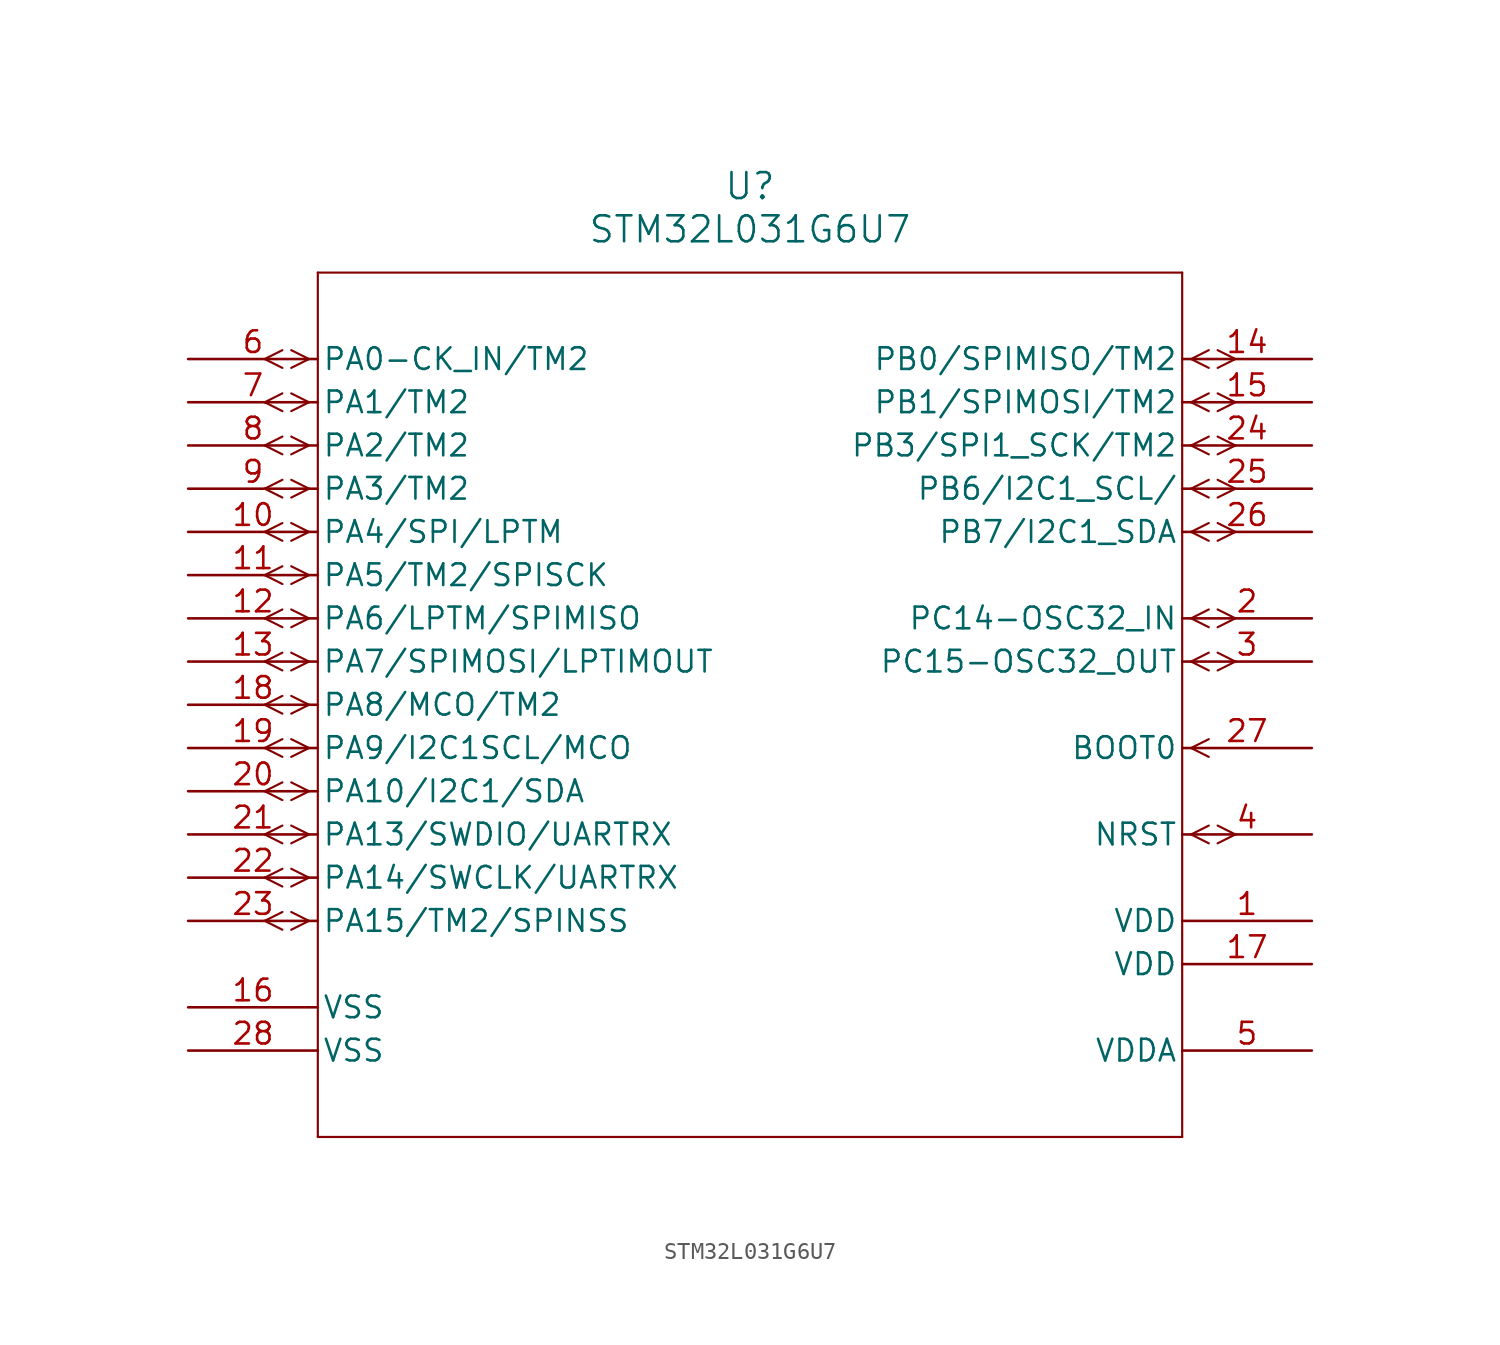
<source format=kicad_sym>
(kicad_symbol_lib
  (version 20241209)
  (generator "kicad_symbol_editor")
  (generator_version "9.0")
  (symbol "STM32L031G6U7"
    (pin_names
      (offset 0.254))
    (property "Reference" "U"
      (at 33.02 10.16 0)
      (effects (font (size 1.524 1.524))))
    (property "Value" "STM32L031G6U7"
      (at 33.02 7.62 0)
      (effects (font (size 1.524 1.524))))
    (symbol "STM32L031G6U7_0_1"
      (polyline (pts (xy 5.537 0.521) (xy 4.496 0)) (stroke (width 0.127) (type default)) (fill (type none)))
      (polyline (pts (xy 5.537 -0.521) (xy 4.496 0)) (stroke (width 0.127) (type default)) (fill (type none)))
      (polyline (pts (xy 5.537 -2.019) (xy 4.496 -2.54)) (stroke (width 0.127) (type default)) (fill (type none)))
      (polyline (pts (xy 5.537 -3.061) (xy 4.496 -2.54)) (stroke (width 0.127) (type default)) (fill (type none)))
      (polyline (pts (xy 5.537 -4.559) (xy 4.496 -5.08)) (stroke (width 0.127) (type default)) (fill (type none)))
      (polyline (pts (xy 5.537 -5.601) (xy 4.496 -5.08)) (stroke (width 0.127) (type default)) (fill (type none)))
      (polyline (pts (xy 5.537 -7.099) (xy 4.496 -7.62)) (stroke (width 0.127) (type default)) (fill (type none)))
      (polyline (pts (xy 5.537 -8.141) (xy 4.496 -7.62)) (stroke (width 0.127) (type default)) (fill (type none)))
      (polyline (pts (xy 5.537 -9.639) (xy 4.496 -10.16)) (stroke (width 0.127) (type default)) (fill (type none)))
      (polyline (pts (xy 5.537 -10.681) (xy 4.496 -10.16)) (stroke (width 0.127) (type default)) (fill (type none)))
      (polyline (pts (xy 5.537 -12.179) (xy 4.496 -12.7)) (stroke (width 0.127) (type default)) (fill (type none)))
      (polyline (pts (xy 5.537 -13.221) (xy 4.496 -12.7)) (stroke (width 0.127) (type default)) (fill (type none)))
      (polyline (pts (xy 5.537 -14.719) (xy 4.496 -15.24)) (stroke (width 0.127) (type default)) (fill (type none)))
      (polyline (pts (xy 5.537 -15.761) (xy 4.496 -15.24)) (stroke (width 0.127) (type default)) (fill (type none)))
      (polyline (pts (xy 5.537 -17.259) (xy 4.496 -17.78)) (stroke (width 0.127) (type default)) (fill (type none)))
      (polyline (pts (xy 5.537 -18.301) (xy 4.496 -17.78)) (stroke (width 0.127) (type default)) (fill (type none)))
      (polyline (pts (xy 5.537 -19.799) (xy 4.496 -20.32)) (stroke (width 0.127) (type default)) (fill (type none)))
      (polyline (pts (xy 5.537 -20.841) (xy 4.496 -20.32)) (stroke (width 0.127) (type default)) (fill (type none)))
      (polyline (pts (xy 5.537 -22.339) (xy 4.496 -22.86)) (stroke (width 0.127) (type default)) (fill (type none)))
      (polyline (pts (xy 5.537 -23.381) (xy 4.496 -22.86)) (stroke (width 0.127) (type default)) (fill (type none)))
      (polyline (pts (xy 5.537 -24.879) (xy 4.496 -25.4)) (stroke (width 0.127) (type default)) (fill (type none)))
      (polyline (pts (xy 5.537 -25.921) (xy 4.496 -25.4)) (stroke (width 0.127) (type default)) (fill (type none)))
      (polyline (pts (xy 5.537 -27.419) (xy 4.496 -27.94)) (stroke (width 0.127) (type default)) (fill (type none)))
      (polyline (pts (xy 5.537 -28.461) (xy 4.496 -27.94)) (stroke (width 0.127) (type default)) (fill (type none)))
      (polyline (pts (xy 5.537 -29.959) (xy 4.496 -30.48)) (stroke (width 0.127) (type default)) (fill (type none)))
      (polyline (pts (xy 5.537 -31.001) (xy 4.496 -30.48)) (stroke (width 0.127) (type default)) (fill (type none)))
      (polyline (pts (xy 5.537 -32.499) (xy 4.496 -33.02)) (stroke (width 0.127) (type default)) (fill (type none)))
      (polyline (pts (xy 5.537 -33.541) (xy 4.496 -33.02)) (stroke (width 0.127) (type default)) (fill (type none)))
      (polyline (pts (xy 7.099 0) (xy 6.058 0.521)) (stroke (width 0.127) (type default)) (fill (type none)))
      (polyline (pts (xy 7.099 0) (xy 6.058 -0.521)) (stroke (width 0.127) (type default)) (fill (type none)))
      (polyline (pts (xy 7.099 -2.54) (xy 6.058 -2.019)) (stroke (width 0.127) (type default)) (fill (type none)))
      (polyline (pts (xy 7.099 -2.54) (xy 6.058 -3.061)) (stroke (width 0.127) (type default)) (fill (type none)))
      (polyline (pts (xy 7.099 -5.08) (xy 6.058 -4.559)) (stroke (width 0.127) (type default)) (fill (type none)))
      (polyline (pts (xy 7.099 -5.08) (xy 6.058 -5.601)) (stroke (width 0.127) (type default)) (fill (type none)))
      (polyline (pts (xy 7.099 -7.62) (xy 6.058 -7.099)) (stroke (width 0.127) (type default)) (fill (type none)))
      (polyline (pts (xy 7.099 -7.62) (xy 6.058 -8.141)) (stroke (width 0.127) (type default)) (fill (type none)))
      (polyline (pts (xy 7.099 -10.16) (xy 6.058 -9.639)) (stroke (width 0.127) (type default)) (fill (type none)))
      (polyline (pts (xy 7.099 -10.16) (xy 6.058 -10.681)) (stroke (width 0.127) (type default)) (fill (type none)))
      (polyline (pts (xy 7.099 -12.7) (xy 6.058 -12.179)) (stroke (width 0.127) (type default)) (fill (type none)))
      (polyline (pts (xy 7.099 -12.7) (xy 6.058 -13.221)) (stroke (width 0.127) (type default)) (fill (type none)))
      (polyline (pts (xy 7.099 -15.24) (xy 6.058 -14.719)) (stroke (width 0.127) (type default)) (fill (type none)))
      (polyline (pts (xy 7.099 -15.24) (xy 6.058 -15.761)) (stroke (width 0.127) (type default)) (fill (type none)))
      (polyline (pts (xy 7.099 -17.78) (xy 6.058 -17.259)) (stroke (width 0.127) (type default)) (fill (type none)))
      (polyline (pts (xy 7.099 -17.78) (xy 6.058 -18.301)) (stroke (width 0.127) (type default)) (fill (type none)))
      (polyline (pts (xy 7.099 -20.32) (xy 6.058 -19.799)) (stroke (width 0.127) (type default)) (fill (type none)))
      (polyline (pts (xy 7.099 -20.32) (xy 6.058 -20.841)) (stroke (width 0.127) (type default)) (fill (type none)))
      (polyline (pts (xy 7.099 -22.86) (xy 6.058 -22.339)) (stroke (width 0.127) (type default)) (fill (type none)))
      (polyline (pts (xy 7.099 -22.86) (xy 6.058 -23.381)) (stroke (width 0.127) (type default)) (fill (type none)))
      (polyline (pts (xy 7.099 -25.4) (xy 6.058 -24.879)) (stroke (width 0.127) (type default)) (fill (type none)))
      (polyline (pts (xy 7.099 -25.4) (xy 6.058 -25.921)) (stroke (width 0.127) (type default)) (fill (type none)))
      (polyline (pts (xy 7.099 -27.94) (xy 6.058 -27.419)) (stroke (width 0.127) (type default)) (fill (type none)))
      (polyline (pts (xy 7.099 -27.94) (xy 6.058 -28.461)) (stroke (width 0.127) (type default)) (fill (type none)))
      (polyline (pts (xy 7.099 -30.48) (xy 6.058 -29.959)) (stroke (width 0.127) (type default)) (fill (type none)))
      (polyline (pts (xy 7.099 -30.48) (xy 6.058 -31.001)) (stroke (width 0.127) (type default)) (fill (type none)))
      (polyline (pts (xy 7.099 -33.02) (xy 6.058 -32.499)) (stroke (width 0.127) (type default)) (fill (type none)))
      (polyline (pts (xy 7.099 -33.02) (xy 6.058 -33.541)) (stroke (width 0.127) (type default)) (fill (type none)))
      (polyline (pts (xy 7.62 5.08) (xy 7.62 -45.72)) (stroke (width 0.127) (type default)) (fill (type none)))
      (polyline (pts (xy 7.62 -45.72) (xy 58.42 -45.72)) (stroke (width 0.127) (type default)) (fill (type none)))
      (polyline (pts (xy 58.42 5.08) (xy 7.62 5.08)) (stroke (width 0.127) (type default)) (fill (type none)))
      (polyline (pts (xy 58.42 -45.72) (xy 58.42 5.08)) (stroke (width 0.127) (type default)) (fill (type none)))
      (polyline (pts (xy 58.941 0) (xy 59.982 0.521)) (stroke (width 0.127) (type default)) (fill (type none)))
      (polyline (pts (xy 58.941 0) (xy 59.982 -0.521)) (stroke (width 0.127) (type default)) (fill (type none)))
      (polyline (pts (xy 58.941 -2.54) (xy 59.982 -2.019)) (stroke (width 0.127) (type default)) (fill (type none)))
      (polyline (pts (xy 58.941 -2.54) (xy 59.982 -3.061)) (stroke (width 0.127) (type default)) (fill (type none)))
      (polyline (pts (xy 58.941 -5.08) (xy 59.982 -4.559)) (stroke (width 0.127) (type default)) (fill (type none)))
      (polyline (pts (xy 58.941 -5.08) (xy 59.982 -5.601)) (stroke (width 0.127) (type default)) (fill (type none)))
      (polyline (pts (xy 58.941 -7.62) (xy 59.982 -7.099)) (stroke (width 0.127) (type default)) (fill (type none)))
      (polyline (pts (xy 58.941 -7.62) (xy 59.982 -8.141)) (stroke (width 0.127) (type default)) (fill (type none)))
      (polyline (pts (xy 58.941 -10.16) (xy 59.982 -9.639)) (stroke (width 0.127) (type default)) (fill (type none)))
      (polyline (pts (xy 58.941 -10.16) (xy 59.982 -10.681)) (stroke (width 0.127) (type default)) (fill (type none)))
      (polyline (pts (xy 58.941 -15.24) (xy 59.982 -14.719)) (stroke (width 0.127) (type default)) (fill (type none)))
      (polyline (pts (xy 58.941 -15.24) (xy 59.982 -15.761)) (stroke (width 0.127) (type default)) (fill (type none)))
      (polyline (pts (xy 58.941 -17.78) (xy 59.982 -17.259)) (stroke (width 0.127) (type default)) (fill (type none)))
      (polyline (pts (xy 58.941 -17.78) (xy 59.982 -18.301)) (stroke (width 0.127) (type default)) (fill (type none)))
      (polyline (pts (xy 58.941 -22.86) (xy 59.982 -22.339)) (stroke (width 0.127) (type default)) (fill (type none)))
      (polyline (pts (xy 58.941 -22.86) (xy 59.982 -23.381)) (stroke (width 0.127) (type default)) (fill (type none)))
      (polyline (pts (xy 58.941 -27.94) (xy 59.982 -27.419)) (stroke (width 0.127) (type default)) (fill (type none)))
      (polyline (pts (xy 58.941 -27.94) (xy 59.982 -28.461)) (stroke (width 0.127) (type default)) (fill (type none)))
      (polyline (pts (xy 60.503 0.521) (xy 61.544 0)) (stroke (width 0.127) (type default)) (fill (type none)))
      (polyline (pts (xy 60.503 -0.521) (xy 61.544 0)) (stroke (width 0.127) (type default)) (fill (type none)))
      (polyline (pts (xy 60.503 -2.019) (xy 61.544 -2.54)) (stroke (width 0.127) (type default)) (fill (type none)))
      (polyline (pts (xy 60.503 -3.061) (xy 61.544 -2.54)) (stroke (width 0.127) (type default)) (fill (type none)))
      (polyline (pts (xy 60.503 -4.559) (xy 61.544 -5.08)) (stroke (width 0.127) (type default)) (fill (type none)))
      (polyline (pts (xy 60.503 -5.601) (xy 61.544 -5.08)) (stroke (width 0.127) (type default)) (fill (type none)))
      (polyline (pts (xy 60.503 -7.099) (xy 61.544 -7.62)) (stroke (width 0.127) (type default)) (fill (type none)))
      (polyline (pts (xy 60.503 -8.141) (xy 61.544 -7.62)) (stroke (width 0.127) (type default)) (fill (type none)))
      (polyline (pts (xy 60.503 -9.639) (xy 61.544 -10.16)) (stroke (width 0.127) (type default)) (fill (type none)))
      (polyline (pts (xy 60.503 -10.681) (xy 61.544 -10.16)) (stroke (width 0.127) (type default)) (fill (type none)))
      (polyline (pts (xy 60.503 -14.719) (xy 61.544 -15.24)) (stroke (width 0.127) (type default)) (fill (type none)))
      (polyline (pts (xy 60.503 -15.761) (xy 61.544 -15.24)) (stroke (width 0.127) (type default)) (fill (type none)))
      (polyline (pts (xy 60.503 -17.259) (xy 61.544 -17.78)) (stroke (width 0.127) (type default)) (fill (type none)))
      (polyline (pts (xy 60.503 -18.301) (xy 61.544 -17.78)) (stroke (width 0.127) (type default)) (fill (type none)))
      (polyline (pts (xy 60.503 -27.419) (xy 61.544 -27.94)) (stroke (width 0.127) (type default)) (fill (type none)))
      (polyline (pts (xy 60.503 -28.461) (xy 61.544 -27.94)) (stroke (width 0.127) (type default)) (fill (type none)))
      (pin power_in line (at 0 -38.1 0) (length 7.62) (name "VSS" (effects (font (size 1.27 1.27)))) (number "16" (effects (font (size 1.27 1.27)))))
      (pin power_in line (at 0 -40.64 0) (length 7.62) (name "VSS" (effects (font (size 1.27 1.27)))) (number "28" (effects (font (size 1.27 1.27)))))
      (pin bidirectional line (at 66.04 -15.24 180) (length 7.62) (name "PC14-OSC32_IN" (effects (font (size 1.27 1.27)))) (number "2" (effects (font (size 1.27 1.27)))))
      (pin bidirectional line (at 66.04 -17.78 180) (length 7.62) (name "PC15-OSC32_OUT" (effects (font (size 1.27 1.27)))) (number "3" (effects (font (size 1.27 1.27)))))
      (pin input line (at 66.04 -22.86 180) (length 7.62) (name "BOOT0" (effects (font (size 1.27 1.27)))) (number "27" (effects (font (size 1.27 1.27)))))
      (pin bidirectional line (at 66.04 -27.94 180) (length 7.62) (name "NRST" (effects (font (size 1.27 1.27)))) (number "4" (effects (font (size 1.27 1.27)))))
      (pin power_in line (at 66.04 -33.02 180) (length 7.62) (name "VDD" (effects (font (size 1.27 1.27)))) (number "1" (effects (font (size 1.27 1.27)))))
      (pin power_in line (at 66.04 -35.56 180) (length 7.62) (name "VDD" (effects (font (size 1.27 1.27)))) (number "17" (effects (font (size 1.27 1.27)))))
      (pin power_in line (at 66.04 -40.64 180) (length 7.62) (name "VDDA" (effects (font (size 1.27 1.27)))) (number "5" (effects (font (size 1.27 1.27))))))
    (symbol "STM32L031G6U7_1_1"
      (pin bidirectional line (at 0 0 0) (length 7.62) (name "PA0-CK_IN/TM2" (effects (font (size 1.27 1.27)))) (number "6" (effects (font (size 1.27 1.27)))))
      (pin bidirectional line (at 0 -2.54 0) (length 7.62) (name "PA1/TM2" (effects (font (size 1.27 1.27)))) (number "7" (effects (font (size 1.27 1.27)))))
      (pin bidirectional line (at 0 -5.08 0) (length 7.62) (name "PA2/TM2" (effects (font (size 1.27 1.27)))) (number "8" (effects (font (size 1.27 1.27)))))
      (pin bidirectional line (at 0 -7.62 0) (length 7.62) (name "PA3/TM2" (effects (font (size 1.27 1.27)))) (number "9" (effects (font (size 1.27 1.27)))))
      (pin bidirectional line (at 0 -10.16 0) (length 7.62) (name "PA4/SPI/LPTM" (effects (font (size 1.27 1.27)))) (number "10" (effects (font (size 1.27 1.27)))))
      (pin bidirectional line (at 0 -12.7 0) (length 7.62) (name "PA5/TM2/SPISCK" (effects (font (size 1.27 1.27)))) (number "11" (effects (font (size 1.27 1.27)))))
      (pin bidirectional line (at 0 -15.24 0) (length 7.62) (name "PA6/LPTM/SPIMISO" (effects (font (size 1.27 1.27)))) (number "12" (effects (font (size 1.27 1.27)))))
      (pin bidirectional line (at 0 -17.78 0) (length 7.62) (name "PA7/SPIMOSI/LPTIMOUT" (effects (font (size 1.27 1.27)))) (number "13" (effects (font (size 1.27 1.27)))))
      (pin bidirectional line (at 0 -20.32 0) (length 7.62) (name "PA8/MCO/TM2" (effects (font (size 1.27 1.27)))) (number "18" (effects (font (size 1.27 1.27)))))
      (pin bidirectional line (at 0 -22.86 0) (length 7.62) (name "PA9/I2C1SCL/MCO" (effects (font (size 1.27 1.27)))) (number "19" (effects (font (size 1.27 1.27)))))
      (pin bidirectional line (at 0 -25.4 0) (length 7.62) (name "PA10/I2C1/SDA" (effects (font (size 1.27 1.27)))) (number "20" (effects (font (size 1.27 1.27)))))
      (pin bidirectional line (at 0 -27.94 0) (length 7.62) (name "PA13/SWDIO/UARTRX" (effects (font (size 1.27 1.27)))) (number "21" (effects (font (size 1.27 1.27)))))
      (pin bidirectional line (at 0 -30.48 0) (length 7.62) (name "PA14/SWCLK/UARTRX" (effects (font (size 1.27 1.27)))) (number "22" (effects (font (size 1.27 1.27)))))
      (pin bidirectional line (at 0 -33.02 0) (length 7.62) (name "PA15/TM2/SPINSS" (effects (font (size 1.27 1.27)))) (number "23" (effects (font (size 1.27 1.27)))))
      (pin bidirectional line (at 66.04 0 180) (length 7.62) (name "PB0/SPIMISO/TM2" (effects (font (size 1.27 1.27)))) (number "14" (effects (font (size 1.27 1.27)))))
      (pin bidirectional line (at 66.04 -2.54 180) (length 7.62) (name "PB1/SPIMOSI/TM2" (effects (font (size 1.27 1.27)))) (number "15" (effects (font (size 1.27 1.27)))))
      (pin bidirectional line (at 66.04 -5.08 180) (length 7.62) (name "PB3/SPI1_SCK/TM2" (effects (font (size 1.27 1.27)))) (number "24" (effects (font (size 1.27 1.27)))))
      (pin bidirectional line (at 66.04 -7.62 180) (length 7.62) (name "PB6/I2C1_SCL/" (effects (font (size 1.27 1.27)))) (number "25" (effects (font (size 1.27 1.27)))))
      (pin bidirectional line (at 66.04 -10.16 180) (length 7.62) (name "PB7/I2C1_SDA" (effects (font (size 1.27 1.27)))) (number "26" (effects (font (size 1.27 1.27))))))))
</source>
